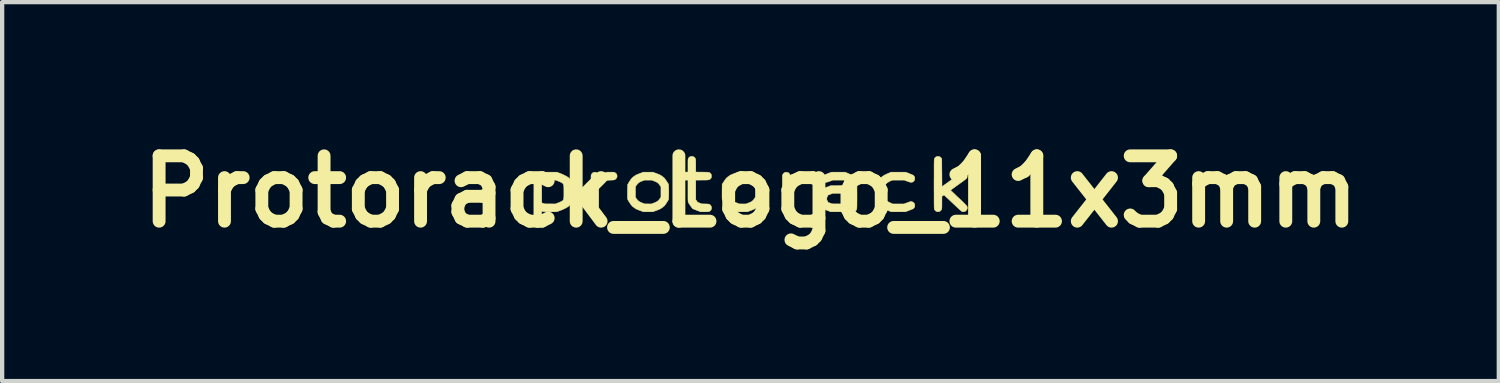
<source format=kicad_pcb>
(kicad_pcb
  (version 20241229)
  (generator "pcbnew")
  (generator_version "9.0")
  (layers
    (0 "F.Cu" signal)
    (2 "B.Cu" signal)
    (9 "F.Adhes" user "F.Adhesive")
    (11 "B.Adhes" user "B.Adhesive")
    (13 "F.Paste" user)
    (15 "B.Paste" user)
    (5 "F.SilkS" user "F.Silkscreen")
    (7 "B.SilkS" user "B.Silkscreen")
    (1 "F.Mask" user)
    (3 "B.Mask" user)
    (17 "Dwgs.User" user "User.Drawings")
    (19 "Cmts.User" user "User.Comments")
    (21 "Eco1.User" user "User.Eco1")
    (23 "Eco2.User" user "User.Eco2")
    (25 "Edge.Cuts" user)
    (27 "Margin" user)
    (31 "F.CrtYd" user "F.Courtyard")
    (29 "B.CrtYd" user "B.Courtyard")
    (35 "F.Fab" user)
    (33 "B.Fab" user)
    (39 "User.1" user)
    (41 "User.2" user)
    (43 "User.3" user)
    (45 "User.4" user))
  (footprint "Protorack_Logo_11x3mm"
    (layer "F.Cu")
    (at 14.449 1.418)
    (property "Reference" "Protorack_Logo_11x3mm" (at 0 0 0) (layer "F.SilkS") (effects (font (size 1.524 1.524) (thickness 0.3))))
    (attr board_only exclude_from_pos_files exclude_from_bom allow_missing_courtyard)
    (fp_poly (pts (xy 1.231 -0.454) (xy 1.258 -0.453) (xy 1.278 -0.452) (xy 1.293 -0.449) (xy 1.304 -0.444) (xy 1.314 -0.438) (xy 1.323 -0.429) (xy 1.33 -0.421) (xy 1.342 -0.403) (xy 1.351 -0.382) (xy 1.355 -0.363) (xy 1.355 -0.362) (xy 1.351 -0.343) (xy 1.343 -0.322) (xy 1.331 -0.304) (xy 1.33 -0.303) (xy 1.32 -0.292) (xy 1.31 -0.284) (xy 1.299 -0.278) (xy 1.284 -0.274) (xy 1.265 -0.271) (xy 1.239 -0.27) (xy 1.209 -0.268) (xy 1.18 -0.267) (xy 1.158 -0.266) (xy 1.141 -0.264) (xy 1.127 -0.261) (xy 1.113 -0.257) (xy 1.098 -0.252) (xy 1.08 -0.245) (xy 1.043 -0.229) (xy 1.012 -0.212) (xy 0.987 -0.192) (xy 0.965 -0.167) (xy 0.953 -0.151) (xy 0.929 -0.115) (xy 0.927 0.149) (xy 0.924 0.413) (xy 0.91 0.431) (xy 0.888 0.452) (xy 0.863 0.465) (xy 0.836 0.47) (xy 0.808 0.466) (xy 0.797 0.462) (xy 0.775 0.447) (xy 0.757 0.426) (xy 0.748 0.406) (xy 0.747 0.397) (xy 0.746 0.379) (xy 0.745 0.353) (xy 0.745 0.317) (xy 0.744 0.273) (xy 0.744 0.219) (xy 0.743 0.158) (xy 0.743 0.088) (xy 0.743 0.01) (xy 0.743 0.004) (xy 0.743 -0.379) (xy 0.755 -0.402) (xy 0.772 -0.427) (xy 0.793 -0.443) (xy 0.819 -0.452) (xy 0.846 -0.453) (xy 0.875 -0.444) (xy 0.88 -0.442) (xy 0.899 -0.43) (xy 0.912 -0.414) (xy 0.92 -0.398) (xy 0.925 -0.387) (xy 0.93 -0.384) (xy 0.935 -0.385) (xy 0.942 -0.388) (xy 0.956 -0.394) (xy 0.976 -0.402) (xy 1 -0.411) (xy 1.025 -0.421) (xy 1.108 -0.454) (xy 1.197 -0.454) (xy 1.231 -0.454)) (stroke (width 0.01) (type solid)) (fill yes) (layer "F.SilkS"))
    (fp_poly (pts (xy -3.234 -0.454) (xy -3.211 -0.454) (xy -3.194 -0.453) (xy -3.182 -0.452) (xy -3.174 -0.45) (xy -3.166 -0.447) (xy -3.159 -0.443) (xy -3.155 -0.441) (xy -3.133 -0.423) (xy -3.118 -0.401) (xy -3.111 -0.376) (xy -3.11 -0.351) (xy -3.117 -0.326) (xy -3.132 -0.303) (xy -3.153 -0.285) (xy -3.158 -0.282) (xy -3.166 -0.278) (xy -3.175 -0.274) (xy -3.186 -0.272) (xy -3.201 -0.271) (xy -3.221 -0.269) (xy -3.25 -0.268) (xy -3.253 -0.268) (xy -3.281 -0.267) (xy -3.302 -0.266) (xy -3.319 -0.264) (xy -3.333 -0.262) (xy -3.347 -0.258) (xy -3.363 -0.252) (xy -3.382 -0.245) (xy -3.416 -0.231) (xy -3.442 -0.217) (xy -3.464 -0.203) (xy -3.483 -0.185) (xy -3.5 -0.163) (xy -3.509 -0.15) (xy -3.537 -0.109) (xy -3.537 0.147) (xy -3.537 0.202) (xy -3.537 0.249) (xy -3.537 0.288) (xy -3.538 0.32) (xy -3.538 0.346) (xy -3.538 0.366) (xy -3.539 0.382) (xy -3.54 0.394) (xy -3.541 0.403) (xy -3.542 0.41) (xy -3.544 0.415) (xy -3.546 0.42) (xy -3.547 0.421) (xy -3.562 0.443) (xy -3.583 0.459) (xy -3.608 0.468) (xy -3.635 0.47) (xy -3.661 0.464) (xy -3.668 0.461) (xy -3.692 0.444) (xy -3.709 0.42) (xy -3.715 0.402) (xy -3.716 0.394) (xy -3.717 0.377) (xy -3.718 0.353) (xy -3.719 0.322) (xy -3.719 0.285) (xy -3.72 0.243) (xy -3.72 0.197) (xy -3.72 0.148) (xy -3.721 0.096) (xy -3.721 0.043) (xy -3.721 -0.011) (xy -3.721 -0.064) (xy -3.721 -0.116) (xy -3.72 -0.166) (xy -3.72 -0.213) (xy -3.72 -0.257) (xy -3.719 -0.295) (xy -3.718 -0.329) (xy -3.718 -0.355) (xy -3.717 -0.374) (xy -3.716 -0.385) (xy -3.716 -0.387) (xy -3.707 -0.406) (xy -3.693 -0.424) (xy -3.677 -0.439) (xy -3.669 -0.444) (xy -3.642 -0.453) (xy -3.615 -0.453) (xy -3.589 -0.445) (xy -3.566 -0.43) (xy -3.549 -0.408) (xy -3.546 -0.403) (xy -3.539 -0.389) (xy -3.535 -0.383) (xy -3.532 -0.381) (xy -3.528 -0.384) (xy -3.527 -0.385) (xy -3.521 -0.388) (xy -3.507 -0.394) (xy -3.488 -0.402) (xy -3.464 -0.411) (xy -3.437 -0.421) (xy -3.436 -0.422) (xy -3.351 -0.454) (xy -3.264 -0.454) (xy -3.234 -0.454)) (stroke (width 0.01) (type solid)) (fill yes) (layer "F.SilkS"))
    (fp_poly (pts (xy 3.619 -0.454) (xy 3.706 -0.42) (xy 3.733 -0.409) (xy 3.758 -0.398) (xy 3.78 -0.389) (xy 3.795 -0.381) (xy 3.804 -0.376) (xy 3.804 -0.375) (xy 3.821 -0.353) (xy 3.831 -0.328) (xy 3.833 -0.302) (xy 3.828 -0.276) (xy 3.816 -0.252) (xy 3.797 -0.233) (xy 3.792 -0.23) (xy 3.777 -0.222) (xy 3.763 -0.217) (xy 3.746 -0.216) (xy 3.727 -0.219) (xy 3.703 -0.225) (xy 3.673 -0.235) (xy 3.653 -0.242) (xy 3.584 -0.268) (xy 3.312 -0.268) (xy 3.266 -0.249) (xy 3.228 -0.231) (xy 3.198 -0.212) (xy 3.173 -0.192) (xy 3.151 -0.168) (xy 3.139 -0.151) (xy 3.114 -0.113) (xy 3.114 0.129) (xy 3.138 0.166) (xy 3.157 0.192) (xy 3.178 0.213) (xy 3.203 0.232) (xy 3.233 0.249) (xy 3.267 0.265) (xy 3.318 0.287) (xy 3.448 0.287) (xy 3.578 0.287) (xy 3.655 0.258) (xy 3.684 0.248) (xy 3.706 0.24) (xy 3.722 0.235) (xy 3.734 0.232) (xy 3.744 0.232) (xy 3.753 0.232) (xy 3.753 0.232) (xy 3.779 0.24) (xy 3.802 0.254) (xy 3.816 0.269) (xy 3.828 0.291) (xy 3.833 0.316) (xy 3.831 0.341) (xy 3.824 0.366) (xy 3.81 0.386) (xy 3.8 0.395) (xy 3.792 0.4) (xy 3.776 0.407) (xy 3.755 0.416) (xy 3.729 0.426) (xy 3.702 0.437) (xy 3.7 0.438) (xy 3.612 0.47) (xy 3.281 0.47) (xy 3.243 0.455) (xy 3.204 0.438) (xy 3.173 0.425) (xy 3.147 0.412) (xy 3.125 0.401) (xy 3.106 0.39) (xy 3.088 0.378) (xy 3.072 0.366) (xy 3.055 0.353) (xy 3.042 0.342) (xy 3.03 0.33) (xy 3.019 0.317) (xy 3.007 0.301) (xy 2.992 0.28) (xy 2.98 0.261) (xy 2.933 0.191) (xy 2.931 0.021) (xy 2.931 -0.018) (xy 2.931 -0.056) (xy 2.931 -0.089) (xy 2.931 -0.118) (xy 2.932 -0.141) (xy 2.932 -0.157) (xy 2.933 -0.164) (xy 2.936 -0.173) (xy 2.944 -0.188) (xy 2.956 -0.207) (xy 2.97 -0.23) (xy 2.982 -0.248) (xy 2.999 -0.274) (xy 3.013 -0.293) (xy 3.025 -0.308) (xy 3.035 -0.32) (xy 3.047 -0.331) (xy 3.061 -0.342) (xy 3.07 -0.349) (xy 3.088 -0.362) (xy 3.103 -0.372) (xy 3.117 -0.381) (xy 3.131 -0.389) (xy 3.149 -0.398) (xy 3.171 -0.408) (xy 3.198 -0.42) (xy 3.213 -0.426) (xy 3.276 -0.454) (xy 3.619 -0.454)) (stroke (width 0.01) (type solid)) (fill yes) (layer "F.SilkS"))
    (fp_poly (pts (xy 0.009 -0.424) (xy 0.04 -0.412) (xy 0.065 -0.403) (xy 0.084 -0.394) (xy 0.099 -0.387) (xy 0.113 -0.379) (xy 0.126 -0.371) (xy 0.141 -0.361) (xy 0.157 -0.349) (xy 0.172 -0.337) (xy 0.185 -0.326) (xy 0.196 -0.314) (xy 0.207 -0.301) (xy 0.22 -0.284) (xy 0.236 -0.261) (xy 0.245 -0.248) (xy 0.26 -0.225) (xy 0.274 -0.204) (xy 0.284 -0.186) (xy 0.292 -0.174) (xy 0.294 -0.168) (xy 0.295 -0.161) (xy 0.295 -0.146) (xy 0.295 -0.123) (xy 0.296 -0.095) (xy 0.296 -0.061) (xy 0.296 -0.024) (xy 0.295 0.016) (xy 0.295 0.017) (xy 0.294 0.191) (xy 0.248 0.26) (xy 0.229 0.289) (xy 0.212 0.311) (xy 0.197 0.33) (xy 0.181 0.346) (xy 0.162 0.362) (xy 0.138 0.379) (xy 0.124 0.389) (xy 0.111 0.396) (xy 0.091 0.406) (xy 0.066 0.417) (xy 0.037 0.429) (xy 0.014 0.438) (xy -0.071 0.47) (xy -0.183 0.47) (xy -0.294 0.47) (xy -0.375 0.44) (xy -0.406 0.428) (xy -0.429 0.419) (xy -0.447 0.412) (xy -0.462 0.406) (xy -0.474 0.399) (xy -0.486 0.392) (xy -0.498 0.382) (xy -0.514 0.371) (xy -0.522 0.365) (xy -0.538 0.352) (xy -0.551 0.341) (xy -0.563 0.33) (xy -0.573 0.318) (xy -0.585 0.302) (xy -0.6 0.281) (xy -0.612 0.262) (xy -0.627 0.239) (xy -0.641 0.217) (xy -0.651 0.198) (xy -0.659 0.184) (xy -0.661 0.178) (xy -0.662 0.169) (xy -0.662 0.153) (xy -0.662 0.13) (xy -0.663 0.1) (xy -0.663 0.066) (xy -0.663 0.029) (xy -0.662 -0.005) (xy -0.661 -0.113) (xy -0.48 -0.113) (xy -0.48 0.129) (xy -0.456 0.165) (xy -0.438 0.189) (xy -0.42 0.209) (xy -0.399 0.226) (xy -0.373 0.241) (xy -0.341 0.255) (xy -0.321 0.263) (xy -0.261 0.286) (xy -0.185 0.287) (xy -0.108 0.287) (xy -0.049 0.265) (xy -0.012 0.251) (xy 0.017 0.236) (xy 0.041 0.22) (xy 0.061 0.202) (xy 0.079 0.18) (xy 0.088 0.166) (xy 0.113 0.129) (xy 0.113 -0.113) (xy 0.088 -0.151) (xy 0.07 -0.174) (xy 0.053 -0.194) (xy 0.032 -0.21) (xy 0.008 -0.224) (xy -0.024 -0.238) (xy -0.041 -0.245) (xy -0.099 -0.268) (xy -0.263 -0.268) (xy -0.321 -0.246) (xy -0.358 -0.231) (xy -0.388 -0.216) (xy -0.412 -0.199) (xy -0.433 -0.178) (xy -0.453 -0.153) (xy -0.456 -0.148) (xy -0.48 -0.113) (xy -0.661 -0.113) (xy -0.661 -0.173) (xy -0.617 -0.238) (xy -0.599 -0.266) (xy -0.583 -0.288) (xy -0.57 -0.305) (xy -0.557 -0.319) (xy -0.542 -0.332) (xy -0.525 -0.346) (xy -0.505 -0.361) (xy -0.49 -0.372) (xy -0.475 -0.381) (xy -0.458 -0.39) (xy -0.438 -0.399) (xy -0.412 -0.409) (xy -0.381 -0.421) (xy -0.294 -0.454) (xy -0.068 -0.454) (xy 0.009 -0.424)) (stroke (width 0.01) (type solid)) (fill yes) (layer "F.SilkS"))
    (fp_poly (pts (xy -1.34 -0.818) (xy -1.317 -0.808) (xy -1.298 -0.792) (xy -1.284 -0.77) (xy -1.28 -0.758) (xy -1.278 -0.749) (xy -1.277 -0.731) (xy -1.276 -0.705) (xy -1.275 -0.674) (xy -1.275 -0.638) (xy -1.275 -0.599) (xy -1.275 -0.457) (xy -1.125 -0.455) (xy -1.081 -0.455) (xy -1.044 -0.454) (xy -1.015 -0.453) (xy -0.993 -0.452) (xy -0.975 -0.449) (xy -0.961 -0.446) (xy -0.951 -0.442) (xy -0.942 -0.436) (xy -0.935 -0.429) (xy -0.927 -0.419) (xy -0.925 -0.417) (xy -0.917 -0.407) (xy -0.913 -0.398) (xy -0.911 -0.387) (xy -0.91 -0.37) (xy -0.91 -0.362) (xy -0.91 -0.343) (xy -0.912 -0.33) (xy -0.915 -0.321) (xy -0.921 -0.312) (xy -0.925 -0.308) (xy -0.933 -0.298) (xy -0.94 -0.29) (xy -0.948 -0.284) (xy -0.958 -0.279) (xy -0.971 -0.276) (xy -0.988 -0.273) (xy -1.009 -0.271) (xy -1.036 -0.27) (xy -1.071 -0.27) (xy -1.113 -0.269) (xy -1.125 -0.269) (xy -1.275 -0.268) (xy -1.275 0.186) (xy -1.254 0.217) (xy -1.233 0.247) (xy -1.136 0.285) (xy -1.051 0.287) (xy -1.021 0.288) (xy -0.998 0.289) (xy -0.982 0.29) (xy -0.97 0.291) (xy -0.962 0.294) (xy -0.955 0.297) (xy -0.949 0.301) (xy -0.947 0.302) (xy -0.927 0.321) (xy -0.914 0.344) (xy -0.908 0.369) (xy -0.908 0.395) (xy -0.916 0.419) (xy -0.93 0.441) (xy -0.95 0.457) (xy -0.956 0.46) (xy -0.964 0.464) (xy -0.972 0.466) (xy -0.982 0.468) (xy -0.995 0.469) (xy -1.013 0.47) (xy -1.037 0.47) (xy -1.069 0.47) (xy -1.07 0.47) (xy -1.164 0.47) (xy -1.25 0.438) (xy -1.277 0.428) (xy -1.302 0.418) (xy -1.323 0.409) (xy -1.339 0.402) (xy -1.347 0.398) (xy -1.347 0.398) (xy -1.354 0.392) (xy -1.364 0.379) (xy -1.377 0.362) (xy -1.391 0.341) (xy -1.407 0.319) (xy -1.422 0.297) (xy -1.435 0.277) (xy -1.445 0.26) (xy -1.45 0.251) (xy -1.452 0.247) (xy -1.454 0.241) (xy -1.455 0.233) (xy -1.456 0.222) (xy -1.456 0.208) (xy -1.457 0.188) (xy -1.458 0.164) (xy -1.458 0.133) (xy -1.458 0.095) (xy -1.458 0.049) (xy -1.458 -0.005) (xy -1.458 -0.016) (xy -1.458 -0.268) (xy -1.512 -0.268) (xy -1.536 -0.269) (xy -1.56 -0.27) (xy -1.58 -0.272) (xy -1.59 -0.273) (xy -1.617 -0.283) (xy -1.638 -0.299) (xy -1.653 -0.32) (xy -1.662 -0.344) (xy -1.663 -0.37) (xy -1.657 -0.395) (xy -1.643 -0.419) (xy -1.641 -0.421) (xy -1.63 -0.433) (xy -1.619 -0.441) (xy -1.607 -0.447) (xy -1.592 -0.451) (xy -1.571 -0.453) (xy -1.544 -0.455) (xy -1.528 -0.455) (xy -1.458 -0.457) (xy -1.458 -0.607) (xy -1.458 -0.649) (xy -1.458 -0.683) (xy -1.458 -0.709) (xy -1.457 -0.729) (xy -1.456 -0.744) (xy -1.455 -0.755) (xy -1.454 -0.763) (xy -1.452 -0.77) (xy -1.449 -0.775) (xy -1.449 -0.777) (xy -1.433 -0.798) (xy -1.413 -0.813) (xy -1.389 -0.821) (xy -1.364 -0.823) (xy -1.34 -0.818)) (stroke (width 0.01) (type solid)) (fill yes) (layer "F.SilkS"))
    (fp_poly (pts (xy -2.188 -0.422) (xy -2.158 -0.41) (xy -2.134 -0.401) (xy -2.116 -0.392) (xy -2.1 -0.384) (xy -2.085 -0.375) (xy -2.07 -0.365) (xy -2.053 -0.352) (xy -2.034 -0.338) (xy -2.02 -0.326) (xy -2.007 -0.314) (xy -1.996 -0.301) (xy -1.984 -0.285) (xy -1.969 -0.263) (xy -1.961 -0.251) (xy -1.946 -0.228) (xy -1.932 -0.207) (xy -1.921 -0.189) (xy -1.914 -0.176) (xy -1.912 -0.171) (xy -1.91 -0.162) (xy -1.908 -0.145) (xy -1.907 -0.121) (xy -1.906 -0.092) (xy -1.905 -0.059) (xy -1.905 -0.024) (xy -1.905 0.013) (xy -1.905 0.049) (xy -1.905 0.084) (xy -1.906 0.116) (xy -1.907 0.143) (xy -1.908 0.165) (xy -1.909 0.179) (xy -1.911 0.184) (xy -1.915 0.193) (xy -1.924 0.208) (xy -1.936 0.228) (xy -1.95 0.251) (xy -1.96 0.266) (xy -1.977 0.291) (xy -1.99 0.309) (xy -2.001 0.324) (xy -2.012 0.335) (xy -2.024 0.346) (xy -2.04 0.359) (xy -2.053 0.369) (xy -2.071 0.382) (xy -2.087 0.392) (xy -2.101 0.401) (xy -2.117 0.409) (xy -2.137 0.418) (xy -2.161 0.427) (xy -2.189 0.438) (xy -2.276 0.47) (xy -2.388 0.47) (xy -2.5 0.47) (xy -2.586 0.437) (xy -2.616 0.426) (xy -2.64 0.416) (xy -2.659 0.408) (xy -2.674 0.4) (xy -2.688 0.391) (xy -2.703 0.381) (xy -2.72 0.368) (xy -2.738 0.355) (xy -2.752 0.343) (xy -2.763 0.332) (xy -2.774 0.319) (xy -2.786 0.304) (xy -2.8 0.284) (xy -2.816 0.261) (xy -2.837 0.228) (xy -2.853 0.202) (xy -2.862 0.183) (xy -2.866 0.171) (xy -2.867 0.16) (xy -2.868 0.141) (xy -2.869 0.115) (xy -2.869 0.085) (xy -2.869 0.052) (xy -2.869 0.017) (xy -2.869 -0.019) (xy -2.869 -0.054) (xy -2.868 -0.086) (xy -2.867 -0.114) (xy -2.867 -0.115) (xy -2.681 -0.115) (xy -2.681 0.132) (xy -2.658 0.167) (xy -2.638 0.193) (xy -2.618 0.213) (xy -2.593 0.231) (xy -2.563 0.247) (xy -2.526 0.263) (xy -2.524 0.264) (xy -2.467 0.286) (xy -2.311 0.287) (xy -2.252 0.265) (xy -2.215 0.25) (xy -2.185 0.235) (xy -2.16 0.218) (xy -2.14 0.199) (xy -2.121 0.175) (xy -2.114 0.165) (xy -2.088 0.127) (xy -2.088 -0.11) (xy -2.113 -0.147) (xy -2.132 -0.173) (xy -2.152 -0.195) (xy -2.175 -0.213) (xy -2.204 -0.228) (xy -2.239 -0.243) (xy -2.248 -0.247) (xy -2.305 -0.268) (xy -2.468 -0.268) (xy -2.519 -0.249) (xy -2.54 -0.241) (xy -2.559 -0.233) (xy -2.573 -0.228) (xy -2.58 -0.225) (xy -2.611 -0.203) (xy -2.64 -0.174) (xy -2.658 -0.15) (xy -2.681 -0.115) (xy -2.867 -0.115) (xy -2.866 -0.137) (xy -2.865 -0.154) (xy -2.864 -0.162) (xy -2.86 -0.172) (xy -2.851 -0.188) (xy -2.839 -0.208) (xy -2.825 -0.231) (xy -2.813 -0.249) (xy -2.796 -0.274) (xy -2.783 -0.293) (xy -2.771 -0.307) (xy -2.76 -0.319) (xy -2.749 -0.33) (xy -2.734 -0.342) (xy -2.718 -0.354) (xy -2.699 -0.367) (xy -2.684 -0.378) (xy -2.668 -0.387) (xy -2.651 -0.395) (xy -2.63 -0.404) (xy -2.604 -0.414) (xy -2.584 -0.422) (xy -2.5 -0.454) (xy -2.274 -0.454) (xy -2.188 -0.422)) (stroke (width 0.01) (type solid)) (fill yes) (layer "F.SilkS"))
    (fp_poly (pts (xy 4.401 -0.819) (xy 4.426 -0.806) (xy 4.446 -0.787) (xy 4.448 -0.785) (xy 4.461 -0.765) (xy 4.466 -0.117) (xy 4.69 -0.278) (xy 4.731 -0.307) (xy 4.77 -0.335) (xy 4.806 -0.361) (xy 4.839 -0.384) (xy 4.868 -0.405) (xy 4.892 -0.422) (xy 4.91 -0.434) (xy 4.922 -0.443) (xy 4.927 -0.446) (xy 4.95 -0.453) (xy 4.976 -0.452) (xy 5.001 -0.445) (xy 5.024 -0.432) (xy 5.041 -0.413) (xy 5.041 -0.413) (xy 5.051 -0.391) (xy 5.055 -0.365) (xy 5.053 -0.339) (xy 5.045 -0.317) (xy 5.043 -0.314) (xy 5.039 -0.309) (xy 5.032 -0.302) (xy 5.021 -0.292) (xy 5.005 -0.28) (xy 4.986 -0.265) (xy 4.961 -0.246) (xy 4.93 -0.224) (xy 4.894 -0.198) (xy 4.852 -0.167) (xy 4.802 -0.132) (xy 4.746 -0.091) (xy 4.736 -0.084) (xy 4.714 -0.069) (xy 4.695 -0.054) (xy 4.68 -0.043) (xy 4.67 -0.036) (xy 4.668 -0.032) (xy 4.671 -0.029) (xy 4.681 -0.019) (xy 4.696 -0.004) (xy 4.716 0.015) (xy 4.741 0.039) (xy 4.769 0.066) (xy 4.8 0.096) (xy 4.834 0.128) (xy 4.855 0.147) (xy 4.897 0.187) (xy 4.933 0.221) (xy 4.963 0.25) (xy 4.988 0.275) (xy 5.008 0.295) (xy 5.023 0.312) (xy 5.035 0.325) (xy 5.044 0.337) (xy 5.05 0.346) (xy 5.054 0.355) (xy 5.056 0.363) (xy 5.056 0.371) (xy 5.056 0.379) (xy 5.052 0.406) (xy 5.04 0.429) (xy 5.023 0.448) (xy 5.001 0.462) (xy 4.976 0.469) (xy 4.95 0.469) (xy 4.928 0.462) (xy 4.921 0.457) (xy 4.908 0.446) (xy 4.889 0.43) (xy 4.865 0.408) (xy 4.836 0.382) (xy 4.803 0.351) (xy 4.767 0.317) (xy 4.727 0.28) (xy 4.715 0.268) (xy 4.679 0.234) (xy 4.645 0.202) (xy 4.613 0.172) (xy 4.585 0.146) (xy 4.561 0.123) (xy 4.541 0.105) (xy 4.526 0.091) (xy 4.517 0.083) (xy 4.515 0.081) (xy 4.509 0.082) (xy 4.498 0.088) (xy 4.487 0.095) (xy 4.464 0.111) (xy 4.464 0.255) (xy 4.464 0.297) (xy 4.464 0.329) (xy 4.463 0.355) (xy 4.463 0.374) (xy 4.462 0.389) (xy 4.461 0.4) (xy 4.459 0.407) (xy 4.457 0.414) (xy 4.455 0.418) (xy 4.438 0.442) (xy 4.416 0.459) (xy 4.391 0.468) (xy 4.363 0.47) (xy 4.336 0.462) (xy 4.334 0.461) (xy 4.311 0.446) (xy 4.294 0.425) (xy 4.288 0.413) (xy 4.287 0.409) (xy 4.286 0.404) (xy 4.285 0.397) (xy 4.284 0.387) (xy 4.283 0.375) (xy 4.283 0.358) (xy 4.282 0.337) (xy 4.282 0.312) (xy 4.281 0.282) (xy 4.281 0.246) (xy 4.281 0.204) (xy 4.281 0.155) (xy 4.281 0.1) (xy 4.281 0.037) (xy 4.28 -0.035) (xy 4.28 -0.114) (xy 4.28 -0.177) (xy 4.28 -0.263) (xy 4.281 -0.339) (xy 4.281 -0.408) (xy 4.281 -0.468) (xy 4.281 -0.521) (xy 4.281 -0.567) (xy 4.281 -0.606) (xy 4.281 -0.64) (xy 4.282 -0.669) (xy 4.282 -0.692) (xy 4.283 -0.712) (xy 4.283 -0.727) (xy 4.284 -0.739) (xy 4.285 -0.749) (xy 4.286 -0.756) (xy 4.287 -0.761) (xy 4.288 -0.765) (xy 4.289 -0.768) (xy 4.289 -0.769) (xy 4.305 -0.794) (xy 4.327 -0.812) (xy 4.353 -0.821) (xy 4.373 -0.823) (xy 4.401 -0.819)) (stroke (width 0.01) (type solid)) (fill yes) (layer "F.SilkS"))
    (fp_poly (pts (xy -4.429 -0.422) (xy -4.39 -0.406) (xy -4.353 -0.389) (xy -4.318 -0.371) (xy -4.286 -0.354) (xy -4.258 -0.337) (xy -4.237 -0.322) (xy -4.223 -0.309) (xy -4.219 -0.304) (xy -4.214 -0.295) (xy -4.208 -0.278) (xy -4.199 -0.256) (xy -4.191 -0.232) (xy -4.186 -0.217) (xy -4.162 -0.145) (xy -4.164 0.016) (xy -4.165 0.176) (xy -4.188 0.244) (xy -4.201 0.279) (xy -4.212 0.305) (xy -4.221 0.323) (xy -4.224 0.327) (xy -4.24 0.341) (xy -4.264 0.358) (xy -4.293 0.375) (xy -4.328 0.394) (xy -4.366 0.412) (xy -4.406 0.429) (xy -4.433 0.439) (xy -4.517 0.47) (xy -4.673 0.47) (xy -4.718 0.47) (xy -4.755 0.47) (xy -4.784 0.47) (xy -4.807 0.469) (xy -4.824 0.468) (xy -4.836 0.466) (xy -4.845 0.465) (xy -4.849 0.464) (xy -4.868 0.457) (xy -4.868 0.613) (xy -4.868 0.656) (xy -4.868 0.69) (xy -4.869 0.717) (xy -4.869 0.738) (xy -4.87 0.753) (xy -4.871 0.765) (xy -4.872 0.773) (xy -4.874 0.78) (xy -4.877 0.786) (xy -4.879 0.791) (xy -4.896 0.813) (xy -4.918 0.83) (xy -4.944 0.839) (xy -4.971 0.84) (xy -4.992 0.835) (xy -5.008 0.827) (xy -5.023 0.817) (xy -5.024 0.816) (xy -5.028 0.812) (xy -5.032 0.809) (xy -5.035 0.805) (xy -5.038 0.801) (xy -5.04 0.796) (xy -5.043 0.789) (xy -5.045 0.78) (xy -5.046 0.768) (xy -5.048 0.754) (xy -5.049 0.736) (xy -5.05 0.713) (xy -5.05 0.686) (xy -5.051 0.654) (xy -5.051 0.617) (xy -5.051 0.573) (xy -5.051 0.523) (xy -5.051 0.465) (xy -5.051 0.4) (xy -5.051 0.327) (xy -5.051 0.246) (xy -5.051 0.185) (xy -5.05 -0.243) (xy -4.868 -0.243) (xy -4.867 0.008) (xy -4.866 0.26) (xy -4.833 0.273) (xy -4.823 0.277) (xy -4.814 0.28) (xy -4.805 0.282) (xy -4.794 0.284) (xy -4.781 0.285) (xy -4.763 0.286) (xy -4.74 0.286) (xy -4.71 0.286) (xy -4.676 0.286) (xy -4.552 0.287) (xy -4.49 0.264) (xy -4.464 0.254) (xy -4.439 0.243) (xy -4.417 0.233) (xy -4.4 0.224) (xy -4.399 0.223) (xy -4.384 0.214) (xy -4.374 0.205) (xy -4.368 0.196) (xy -4.362 0.181) (xy -4.361 0.177) (xy -4.358 0.169) (xy -4.356 0.159) (xy -4.354 0.149) (xy -4.353 0.136) (xy -4.352 0.119) (xy -4.351 0.097) (xy -4.351 0.069) (xy -4.351 0.033) (xy -4.351 0.009) (xy -4.351 -0.031) (xy -4.351 -0.063) (xy -4.352 -0.088) (xy -4.352 -0.108) (xy -4.353 -0.123) (xy -4.355 -0.135) (xy -4.356 -0.144) (xy -4.359 -0.153) (xy -4.361 -0.159) (xy -4.367 -0.176) (xy -4.374 -0.188) (xy -4.384 -0.197) (xy -4.396 -0.205) (xy -4.411 -0.213) (xy -4.431 -0.223) (xy -4.455 -0.234) (xy -4.48 -0.244) (xy -4.483 -0.245) (xy -4.545 -0.268) (xy -4.672 -0.268) (xy -4.71 -0.268) (xy -4.74 -0.268) (xy -4.764 -0.268) (xy -4.781 -0.267) (xy -4.795 -0.266) (xy -4.806 -0.264) (xy -4.815 -0.262) (xy -4.825 -0.259) (xy -4.834 -0.256) (xy -4.868 -0.243) (xy -5.05 -0.243) (xy -5.049 -0.393) (xy -5.036 -0.413) (xy -5.018 -0.433) (xy -4.994 -0.447) (xy -4.968 -0.453) (xy -4.941 -0.451) (xy -4.915 -0.441) (xy -4.915 -0.441) (xy -4.895 -0.429) (xy -4.866 -0.442) (xy -4.838 -0.454) (xy -4.675 -0.454) (xy -4.513 -0.454) (xy -4.429 -0.422)) (stroke (width 0.01) (type solid)) (fill yes) (layer "F.SilkS"))
    (fp_poly (pts (xy 2.284 -0.422) (xy 2.309 -0.41) (xy 2.333 -0.4) (xy 2.352 -0.39) (xy 2.366 -0.383) (xy 2.372 -0.38) (xy 2.379 -0.373) (xy 2.39 -0.359) (xy 2.403 -0.341) (xy 2.419 -0.32) (xy 2.434 -0.298) (xy 2.449 -0.276) (xy 2.462 -0.255) (xy 2.472 -0.238) (xy 2.477 -0.228) (xy 2.478 -0.223) (xy 2.48 -0.215) (xy 2.481 -0.204) (xy 2.481 -0.189) (xy 2.482 -0.169) (xy 2.483 -0.144) (xy 2.483 -0.112) (xy 2.483 -0.074) (xy 2.483 -0.028) (xy 2.484 0.026) (xy 2.484 0.088) (xy 2.484 0.092) (xy 2.484 0.155) (xy 2.484 0.209) (xy 2.483 0.255) (xy 2.483 0.294) (xy 2.483 0.326) (xy 2.482 0.353) (xy 2.481 0.374) (xy 2.48 0.391) (xy 2.478 0.404) (xy 2.476 0.414) (xy 2.473 0.422) (xy 2.47 0.428) (xy 2.466 0.433) (xy 2.462 0.438) (xy 2.459 0.442) (xy 2.441 0.455) (xy 2.419 0.465) (xy 2.396 0.47) (xy 2.392 0.47) (xy 2.373 0.467) (xy 2.351 0.459) (xy 2.33 0.448) (xy 2.328 0.446) (xy 2.323 0.444) (xy 2.313 0.445) (xy 2.299 0.448) (xy 2.278 0.454) (xy 2.271 0.456) (xy 2.221 0.47) (xy 2.046 0.47) (xy 1.87 0.47) (xy 1.786 0.438) (xy 1.758 0.427) (xy 1.733 0.416) (xy 1.711 0.407) (xy 1.694 0.399) (xy 1.686 0.393) (xy 1.677 0.384) (xy 1.666 0.368) (xy 1.652 0.345) (xy 1.636 0.314) (xy 1.633 0.309) (xy 1.597 0.238) (xy 1.597 0.163) (xy 1.778 0.163) (xy 1.78 0.185) (xy 1.789 0.21) (xy 1.793 0.219) (xy 1.801 0.234) (xy 1.808 0.244) (xy 1.816 0.251) (xy 1.829 0.257) (xy 1.841 0.262) (xy 1.86 0.269) (xy 1.877 0.275) (xy 1.888 0.28) (xy 1.889 0.28) (xy 1.896 0.282) (xy 1.908 0.284) (xy 1.927 0.285) (xy 1.953 0.286) (xy 1.986 0.286) (xy 2.027 0.286) (xy 2.048 0.286) (xy 2.194 0.287) (xy 2.246 0.271) (xy 2.298 0.255) (xy 2.299 0.139) (xy 2.299 0.102) (xy 2.299 0.073) (xy 2.299 0.052) (xy 2.298 0.037) (xy 2.297 0.028) (xy 2.295 0.024) (xy 2.294 0.024) (xy 2.287 0.025) (xy 2.274 0.028) (xy 2.259 0.033) (xy 2.25 0.036) (xy 2.241 0.038) (xy 2.23 0.039) (xy 2.217 0.04) (xy 2.2 0.041) (xy 2.178 0.042) (xy 2.15 0.042) (xy 2.116 0.042) (xy 2.073 0.042) (xy 1.915 0.042) (xy 1.863 0.062) (xy 1.81 0.081) (xy 1.794 0.113) (xy 1.783 0.14) (xy 1.778 0.163) (xy 1.597 0.163) (xy 1.597 0.092) (xy 1.634 0.02) (xy 1.651 -0.012) (xy 1.664 -0.036) (xy 1.676 -0.053) (xy 1.684 -0.062) (xy 1.685 -0.063) (xy 1.694 -0.068) (xy 1.711 -0.076) (xy 1.732 -0.085) (xy 1.758 -0.096) (xy 1.785 -0.106) (xy 1.87 -0.139) (xy 2.041 -0.141) (xy 2.086 -0.142) (xy 2.123 -0.143) (xy 2.152 -0.143) (xy 2.175 -0.144) (xy 2.193 -0.145) (xy 2.208 -0.146) (xy 2.219 -0.148) (xy 2.229 -0.15) (xy 2.239 -0.152) (xy 2.248 -0.155) (xy 2.253 -0.157) (xy 2.271 -0.162) (xy 2.285 -0.167) (xy 2.293 -0.171) (xy 2.294 -0.171) (xy 2.293 -0.176) (xy 2.287 -0.186) (xy 2.278 -0.2) (xy 2.276 -0.203) (xy 2.265 -0.218) (xy 2.256 -0.228) (xy 2.245 -0.236) (xy 2.229 -0.244) (xy 2.215 -0.25) (xy 2.175 -0.268) (xy 2.048 -0.268) (xy 1.92 -0.268) (xy 1.852 -0.242) (xy 1.818 -0.23) (xy 1.791 -0.222) (xy 1.77 -0.217) (xy 1.752 -0.216) (xy 1.737 -0.219) (xy 1.728 -0.221) (xy 1.707 -0.234) (xy 1.689 -0.253) (xy 1.676 -0.276) (xy 1.67 -0.301) (xy 1.67 -0.308) (xy 1.674 -0.33) (xy 1.683 -0.353) (xy 1.697 -0.372) (xy 1.704 -0.378) (xy 1.713 -0.383) (xy 1.73 -0.391) (xy 1.751 -0.4) (xy 1.777 -0.411) (xy 1.804 -0.422) (xy 1.889 -0.454) (xy 2.208 -0.454) (xy 2.284 -0.422)) (stroke (width 0.01) (type solid)) (fill yes) (layer "F.SilkS")))
  (gr_rect
    (start -3 -3)
    (end 31.898 5.836)
    (stroke (width 0.1) (type default))
    (fill no)
    (layer "Edge.Cuts")))
</source>
